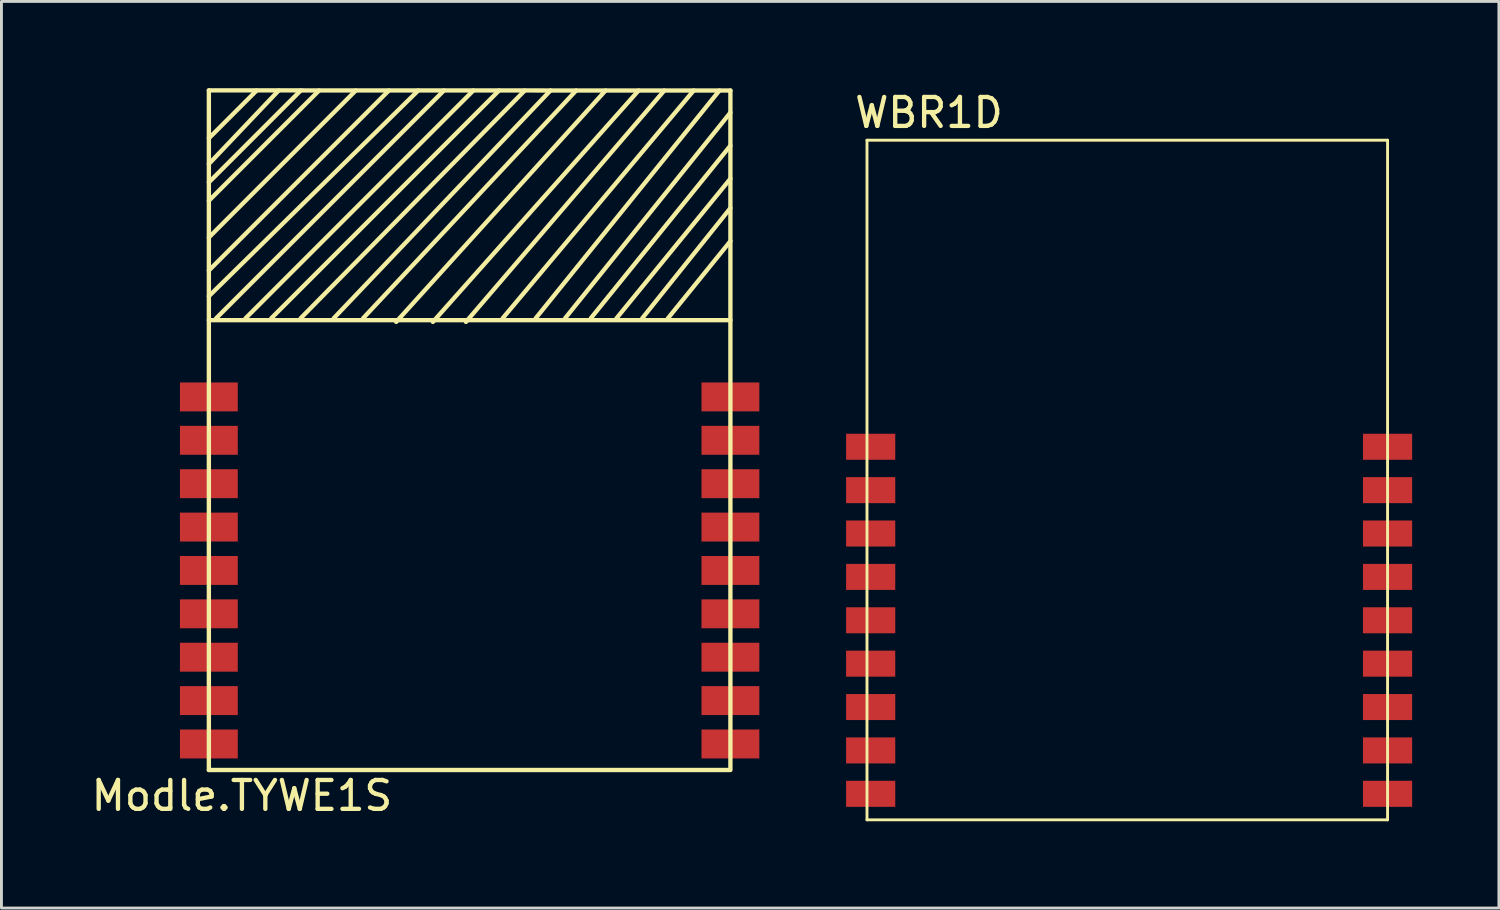
<source format=kicad_pcb>
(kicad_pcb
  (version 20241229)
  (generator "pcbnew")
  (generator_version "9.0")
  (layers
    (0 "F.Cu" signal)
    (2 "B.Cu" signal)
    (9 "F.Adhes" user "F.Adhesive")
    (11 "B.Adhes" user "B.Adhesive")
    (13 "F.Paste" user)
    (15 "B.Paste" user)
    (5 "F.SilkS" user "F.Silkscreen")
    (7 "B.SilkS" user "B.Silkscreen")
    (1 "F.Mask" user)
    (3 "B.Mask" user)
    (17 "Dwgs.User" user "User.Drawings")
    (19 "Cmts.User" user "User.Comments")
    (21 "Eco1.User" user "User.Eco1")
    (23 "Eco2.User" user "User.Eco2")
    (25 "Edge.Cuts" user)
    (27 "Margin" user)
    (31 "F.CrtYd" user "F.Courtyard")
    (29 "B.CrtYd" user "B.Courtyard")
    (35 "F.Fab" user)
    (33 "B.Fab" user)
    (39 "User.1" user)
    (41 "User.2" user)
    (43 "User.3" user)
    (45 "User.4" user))
  (footprint "WBR1D"
    (layer "F.Cu")
    (at 35.929 13.548)
    (property "Reference" "WBR1D" (at -6.858 -12.7 0) (layer "F.SilkS") (effects (font (size 1 1) (thickness 0.15))))
    (attr through_hole)
    (fp_line (start -9 -11.75) (end 9 -11.75) (stroke (width 0.1) (type solid)) (layer "F.SilkS"))
    (fp_line (start -9 11.75) (end -9 -11.75) (stroke (width 0.1) (type solid)) (layer "F.SilkS"))
    (fp_line (start -9 11.75) (end 9 11.75) (stroke (width 0.1) (type solid)) (layer "F.SilkS"))
    (fp_line (start 9 11.75) (end 9 -11.75) (stroke (width 0.1) (type solid)) (layer "F.SilkS"))
    (pad "1" smd rect (at -8.873 -1.15) (size 1.7 0.9) (layers "F.Cu" "F.Mask" "F.Paste"))
    (pad "2" smd rect (at -8.873 0.35) (size 1.7 0.9) (layers "F.Cu" "F.Mask" "F.Paste"))
    (pad "3" smd rect (at -8.873 1.85) (size 1.7 0.9) (layers "F.Cu" "F.Mask" "F.Paste"))
    (pad "4" smd rect (at -8.873 3.35) (size 1.7 0.9) (layers "F.Cu" "F.Mask" "F.Paste"))
    (pad "5" smd rect (at -8.873 4.85) (size 1.7 0.9) (layers "F.Cu" "F.Mask" "F.Paste"))
    (pad "6" smd rect (at -8.873 6.35) (size 1.7 0.9) (layers "F.Cu" "F.Mask" "F.Paste"))
    (pad "7" smd rect (at -8.873 7.85) (size 1.7 0.9) (layers "F.Cu" "F.Mask" "F.Paste"))
    (pad "8" smd rect (at -8.873 9.35) (size 1.7 0.9) (layers "F.Cu" "F.Mask" "F.Paste"))
    (pad "9" smd rect (at -8.873 10.85) (size 1.7 0.9) (layers "F.Cu" "F.Mask" "F.Paste"))
    (pad "10" smd rect (at 9 10.85) (size 1.7 0.9) (layers "F.Cu" "F.Mask" "F.Paste"))
    (pad "11" smd rect (at 9 9.35) (size 1.7 0.9) (layers "F.Cu" "F.Mask" "F.Paste"))
    (pad "12" smd rect (at 9 7.85) (size 1.7 0.9) (layers "F.Cu" "F.Mask" "F.Paste"))
    (pad "13" smd rect (at 9 6.35) (size 1.7 0.9) (layers "F.Cu" "F.Mask" "F.Paste"))
    (pad "14" smd rect (at 9 4.85) (size 1.7 0.9) (layers "F.Cu" "F.Mask" "F.Paste"))
    (pad "15" smd rect (at 9 3.35) (size 1.7 0.9) (layers "F.Cu" "F.Mask" "F.Paste"))
    (pad "16" smd rect (at 9 1.85) (size 1.7 0.9) (layers "F.Cu" "F.Mask" "F.Paste"))
    (pad "17" smd rect (at 9 0.35) (size 1.7 0.9) (layers "F.Cu" "F.Mask" "F.Paste"))
    (pad "18" smd rect (at 9 -1.15) (size 1.7 0.9) (layers "F.Cu" "F.Mask" "F.Paste")))
  (footprint "Modle.TYWE1S"
    (layer "F.Cu")
    (at 4.172 23.575)
    (property "Reference" "Modle.TYWE1S" (at 1.143 0.889 180) (layer "F.SilkS") (effects (font (size 1 1) (thickness 0.15))))
    (attr through_hole)
    (fp_line (start 0 -23.5) (end 18.034 -23.495) (stroke (width 0.15) (type solid)) (layer "F.SilkS"))
    (fp_line (start 0 -15.555) (end 18.034 -15.555) (stroke (width 0.15) (type solid)) (layer "F.SilkS"))
    (fp_line (start 0 0) (end 0 -23.5) (stroke (width 0.15) (type solid)) (layer "F.SilkS"))
    (fp_line (start 0 0) (end 18 0) (stroke (width 0.15) (type solid)) (layer "F.SilkS"))
    (fp_line (start 1.651 -23.495) (end 0 -21.844) (stroke (width 0.15) (type solid)) (layer "F.SilkS"))
    (fp_line (start 2.413 -23.495) (end 0 -20.955) (stroke (width 0.15) (type solid)) (layer "F.SilkS"))
    (fp_line (start 3.175 -23.495) (end 0 -20.32) (stroke (width 0.15) (type solid)) (layer "F.SilkS"))
    (fp_line (start 3.81 -23.495) (end 0 -19.685) (stroke (width 0.15) (type solid)) (layer "F.SilkS"))
    (fp_line (start 5.08 -23.495) (end 0 -18.415) (stroke (width 0.15) (type solid)) (layer "F.SilkS"))
    (fp_line (start 6.223 -23.495) (end 0 -17.272) (stroke (width 0.15) (type solid)) (layer "F.SilkS"))
    (fp_line (start 7.239 -23.495) (end 0 -16.383) (stroke (width 0.15) (type solid)) (layer "F.SilkS"))
    (fp_line (start 8.128 -23.495) (end 0.254 -15.621) (stroke (width 0.15) (type solid)) (layer "F.SilkS"))
    (fp_line (start 9.144 -23.495) (end 1.27 -15.621) (stroke (width 0.15) (type solid)) (layer "F.SilkS"))
    (fp_line (start 10.033 -23.495) (end 2.159 -15.621) (stroke (width 0.15) (type solid)) (layer "F.SilkS"))
    (fp_line (start 10.922 -23.495) (end 3.175 -15.621) (stroke (width 0.15) (type solid)) (layer "F.SilkS"))
    (fp_line (start 11.811 -23.495) (end 4.318 -15.621) (stroke (width 0.15) (type solid)) (layer "F.SilkS"))
    (fp_line (start 12.7 -23.495) (end 5.334 -15.621) (stroke (width 0.15) (type solid)) (layer "F.SilkS"))
    (fp_line (start 13.716 -23.495) (end 6.477 -15.494) (stroke (width 0.15) (type solid)) (layer "F.SilkS"))
    (fp_line (start 14.859 -23.495) (end 7.747 -15.494) (stroke (width 0.15) (type solid)) (layer "F.SilkS"))
    (fp_line (start 15.748 -23.495) (end 8.89 -15.494) (stroke (width 0.15) (type solid)) (layer "F.SilkS"))
    (fp_line (start 16.764 -23.495) (end 10.16 -15.621) (stroke (width 0.15) (type solid)) (layer "F.SilkS"))
    (fp_line (start 17.653 -23.495) (end 11.303 -15.621) (stroke (width 0.15) (type solid)) (layer "F.SilkS"))
    (fp_line (start 18.034 -22.733) (end 12.319 -15.621) (stroke (width 0.15) (type solid)) (layer "F.SilkS"))
    (fp_line (start 18.034 -21.59) (end 13.208 -15.621) (stroke (width 0.15) (type solid)) (layer "F.SilkS"))
    (fp_line (start 18.034 -20.447) (end 14.097 -15.621) (stroke (width 0.15) (type solid)) (layer "F.SilkS"))
    (fp_line (start 18.034 -19.431) (end 14.986 -15.621) (stroke (width 0.15) (type solid)) (layer "F.SilkS"))
    (fp_line (start 18.034 -18.288) (end 15.875 -15.621) (stroke (width 0.15) (type solid)) (layer "F.SilkS"))
    (fp_line (start 18.034 0) (end 18.034 -23.495) (stroke (width 0.15) (type solid)) (layer "F.SilkS"))
    (pad "1" smd rect (at 0 -12.9) (size 2 1) (layers "F.Cu" "F.Mask" "F.Paste"))
    (pad "2" smd rect (at 0 -11.4) (size 2 1) (layers "F.Cu" "F.Mask" "F.Paste"))
    (pad "3" smd rect (at 0 -9.9) (size 2 1) (layers "F.Cu" "F.Mask" "F.Paste"))
    (pad "4" smd rect (at 0 -8.4) (size 2 1) (layers "F.Cu" "F.Mask" "F.Paste"))
    (pad "5" smd rect (at 0 -6.9) (size 2 1) (layers "F.Cu" "F.Mask" "F.Paste"))
    (pad "6" smd rect (at 0 -5.4) (size 2 1) (layers "F.Cu" "F.Mask" "F.Paste"))
    (pad "7" smd rect (at 0 -3.9) (size 2 1) (layers "F.Cu" "F.Mask" "F.Paste"))
    (pad "8" smd rect (at 0 -2.4) (size 2 1) (layers "F.Cu" "F.Mask" "F.Paste"))
    (pad "9" smd rect (at 0 -0.9) (size 2 1) (layers "F.Cu" "F.Mask" "F.Paste"))
    (pad "10" smd rect (at 18.034 -0.9) (size 2 1) (layers "F.Cu" "F.Mask" "F.Paste"))
    (pad "11" smd rect (at 18.034 -2.4) (size 2 1) (layers "F.Cu" "F.Mask" "F.Paste"))
    (pad "12" smd rect (at 18.034 -3.9) (size 2 1) (layers "F.Cu" "F.Mask" "F.Paste"))
    (pad "13" smd rect (at 18.034 -5.4) (size 2 1) (layers "F.Cu" "F.Mask" "F.Paste"))
    (pad "14" smd rect (at 18.034 -6.9) (size 2 1) (layers "F.Cu" "F.Mask" "F.Paste"))
    (pad "15" smd rect (at 18.034 -8.4) (size 2 1) (layers "F.Cu" "F.Mask" "F.Paste"))
    (pad "16" smd rect (at 18.034 -9.9) (size 2 1) (layers "F.Cu" "F.Mask" "F.Paste"))
    (pad "17" smd rect (at 18.034 -11.4) (size 2 1) (layers "F.Cu" "F.Mask" "F.Paste"))
    (pad "18" smd rect (at 18.034 -12.9) (size 2 1) (layers "F.Cu" "F.Mask" "F.Paste")))
  (gr_rect
    (start -3 -3)
    (end 48.779 28.348)
    (stroke (width 0.1) (type default))
    (fill no)
    (layer "Edge.Cuts")))
</source>
